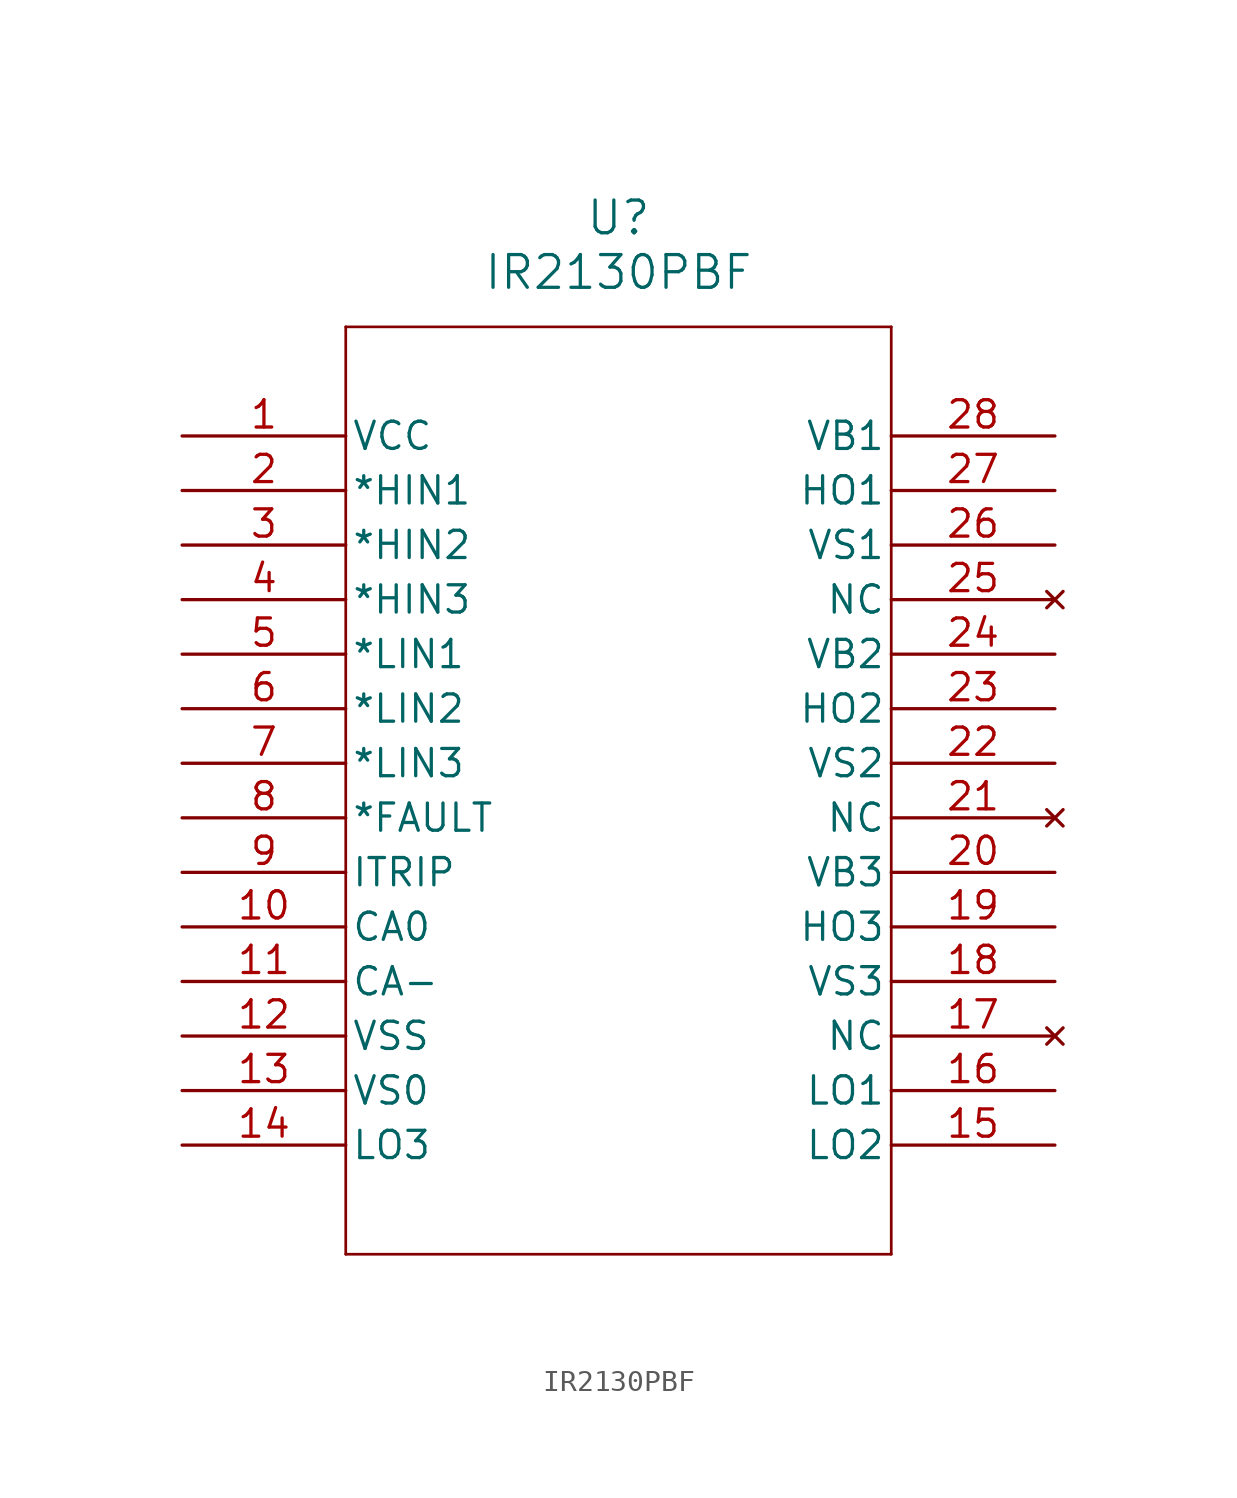
<source format=kicad_sym>
(kicad_symbol_lib
  (version 20211014)
  (generator kicad_symbol_editor)
  (symbol "IR2130PBF"
    (pin_names
      (offset 0.254))
    (property "Reference" "U"
      (at 20.32 10.16 0)
      (effects (font (size 1.524 1.524))))
    (property "Value" "IR2130PBF"
      (at 20.32 7.62 0)
      (effects (font (size 1.524 1.524))))
    (symbol "IR2130PBF_0_1"
      (polyline (pts (xy 7.62 5.08) (xy 7.62 -38.1)) (stroke (width 0.127) (type default) (color 0 0 0 0)) (fill (type none)))
      (polyline (pts (xy 7.62 -38.1) (xy 33.02 -38.1)) (stroke (width 0.127) (type default) (color 0 0 0 0)) (fill (type none)))
      (polyline (pts (xy 33.02 -38.1) (xy 33.02 5.08)) (stroke (width 0.127) (type default) (color 0 0 0 0)) (fill (type none)))
      (polyline (pts (xy 33.02 5.08) (xy 7.62 5.08)) (stroke (width 0.127) (type default) (color 0 0 0 0)) (fill (type none)))
      (pin power_in line (at 0 0 0) (length 7.62) (name "VCC" (effects (font (size 1.27 1.27)))) (number "1" (effects (font (size 1.27 1.27)))))
      (pin input line (at 0 -2.54 0) (length 7.62) (name "*HIN1" (effects (font (size 1.27 1.27)))) (number "2" (effects (font (size 1.27 1.27)))))
      (pin input line (at 0 -5.08 0) (length 7.62) (name "*HIN2" (effects (font (size 1.27 1.27)))) (number "3" (effects (font (size 1.27 1.27)))))
      (pin input line (at 0 -7.62 0) (length 7.62) (name "*HIN3" (effects (font (size 1.27 1.27)))) (number "4" (effects (font (size 1.27 1.27)))))
      (pin input line (at 0 -10.16 0) (length 7.62) (name "*LIN1" (effects (font (size 1.27 1.27)))) (number "5" (effects (font (size 1.27 1.27)))))
      (pin input line (at 0 -12.7 0) (length 7.62) (name "*LIN2" (effects (font (size 1.27 1.27)))) (number "6" (effects (font (size 1.27 1.27)))))
      (pin input line (at 0 -15.24 0) (length 7.62) (name "*LIN3" (effects (font (size 1.27 1.27)))) (number "7" (effects (font (size 1.27 1.27)))))
      (pin unspecified line (at 0 -17.78 0) (length 7.62) (name "*FAULT" (effects (font (size 1.27 1.27)))) (number "8" (effects (font (size 1.27 1.27)))))
      (pin input line (at 0 -20.32 0) (length 7.62) (name "ITRIP" (effects (font (size 1.27 1.27)))) (number "9" (effects (font (size 1.27 1.27)))))
      (pin output line (at 0 -22.86 0) (length 7.62) (name "CA0" (effects (font (size 1.27 1.27)))) (number "10" (effects (font (size 1.27 1.27)))))
      (pin input line (at 0 -25.4 0) (length 7.62) (name "CA-" (effects (font (size 1.27 1.27)))) (number "11" (effects (font (size 1.27 1.27)))))
      (pin power_out line (at 0 -27.94 0) (length 7.62) (name "VSS" (effects (font (size 1.27 1.27)))) (number "12" (effects (font (size 1.27 1.27)))))
      (pin input line (at 0 -30.48 0) (length 7.62) (name "VS0" (effects (font (size 1.27 1.27)))) (number "13" (effects (font (size 1.27 1.27)))))
      (pin output line (at 0 -33.02 0) (length 7.62) (name "LO3" (effects (font (size 1.27 1.27)))) (number "14" (effects (font (size 1.27 1.27)))))
      (pin output line (at 40.64 -33.02 180) (length 7.62) (name "LO2" (effects (font (size 1.27 1.27)))) (number "15" (effects (font (size 1.27 1.27)))))
      (pin output line (at 40.64 -30.48 180) (length 7.62) (name "LO1" (effects (font (size 1.27 1.27)))) (number "16" (effects (font (size 1.27 1.27)))))
      (pin no_connect line (at 40.64 -27.94 180) (length 7.62) (name "NC" (effects (font (size 1.27 1.27)))) (number "17" (effects (font (size 1.27 1.27)))))
      (pin bidirectional line (at 40.64 -25.4 180) (length 7.62) (name "VS3" (effects (font (size 1.27 1.27)))) (number "18" (effects (font (size 1.27 1.27)))))
      (pin output line (at 40.64 -22.86 180) (length 7.62) (name "HO3" (effects (font (size 1.27 1.27)))) (number "19" (effects (font (size 1.27 1.27)))))
      (pin power_in line (at 40.64 -20.32 180) (length 7.62) (name "VB3" (effects (font (size 1.27 1.27)))) (number "20" (effects (font (size 1.27 1.27)))))
      (pin no_connect line (at 40.64 -17.78 180) (length 7.62) (name "NC" (effects (font (size 1.27 1.27)))) (number "21" (effects (font (size 1.27 1.27)))))
      (pin power_in line (at 40.64 -15.24 180) (length 7.62) (name "VS2" (effects (font (size 1.27 1.27)))) (number "22" (effects (font (size 1.27 1.27)))))
      (pin output line (at 40.64 -12.7 180) (length 7.62) (name "HO2" (effects (font (size 1.27 1.27)))) (number "23" (effects (font (size 1.27 1.27)))))
      (pin power_in line (at 40.64 -10.16 180) (length 7.62) (name "VB2" (effects (font (size 1.27 1.27)))) (number "24" (effects (font (size 1.27 1.27)))))
      (pin no_connect line (at 40.64 -7.62 180) (length 7.62) (name "NC" (effects (font (size 1.27 1.27)))) (number "25" (effects (font (size 1.27 1.27)))))
      (pin power_in line (at 40.64 -5.08 180) (length 7.62) (name "VS1" (effects (font (size 1.27 1.27)))) (number "26" (effects (font (size 1.27 1.27)))))
      (pin output line (at 40.64 -2.54 180) (length 7.62) (name "HO1" (effects (font (size 1.27 1.27)))) (number "27" (effects (font (size 1.27 1.27)))))
      (pin power_in line (at 40.64 0 180) (length 7.62) (name "VB1" (effects (font (size 1.27 1.27)))) (number "28" (effects (font (size 1.27 1.27))))))))
</source>
